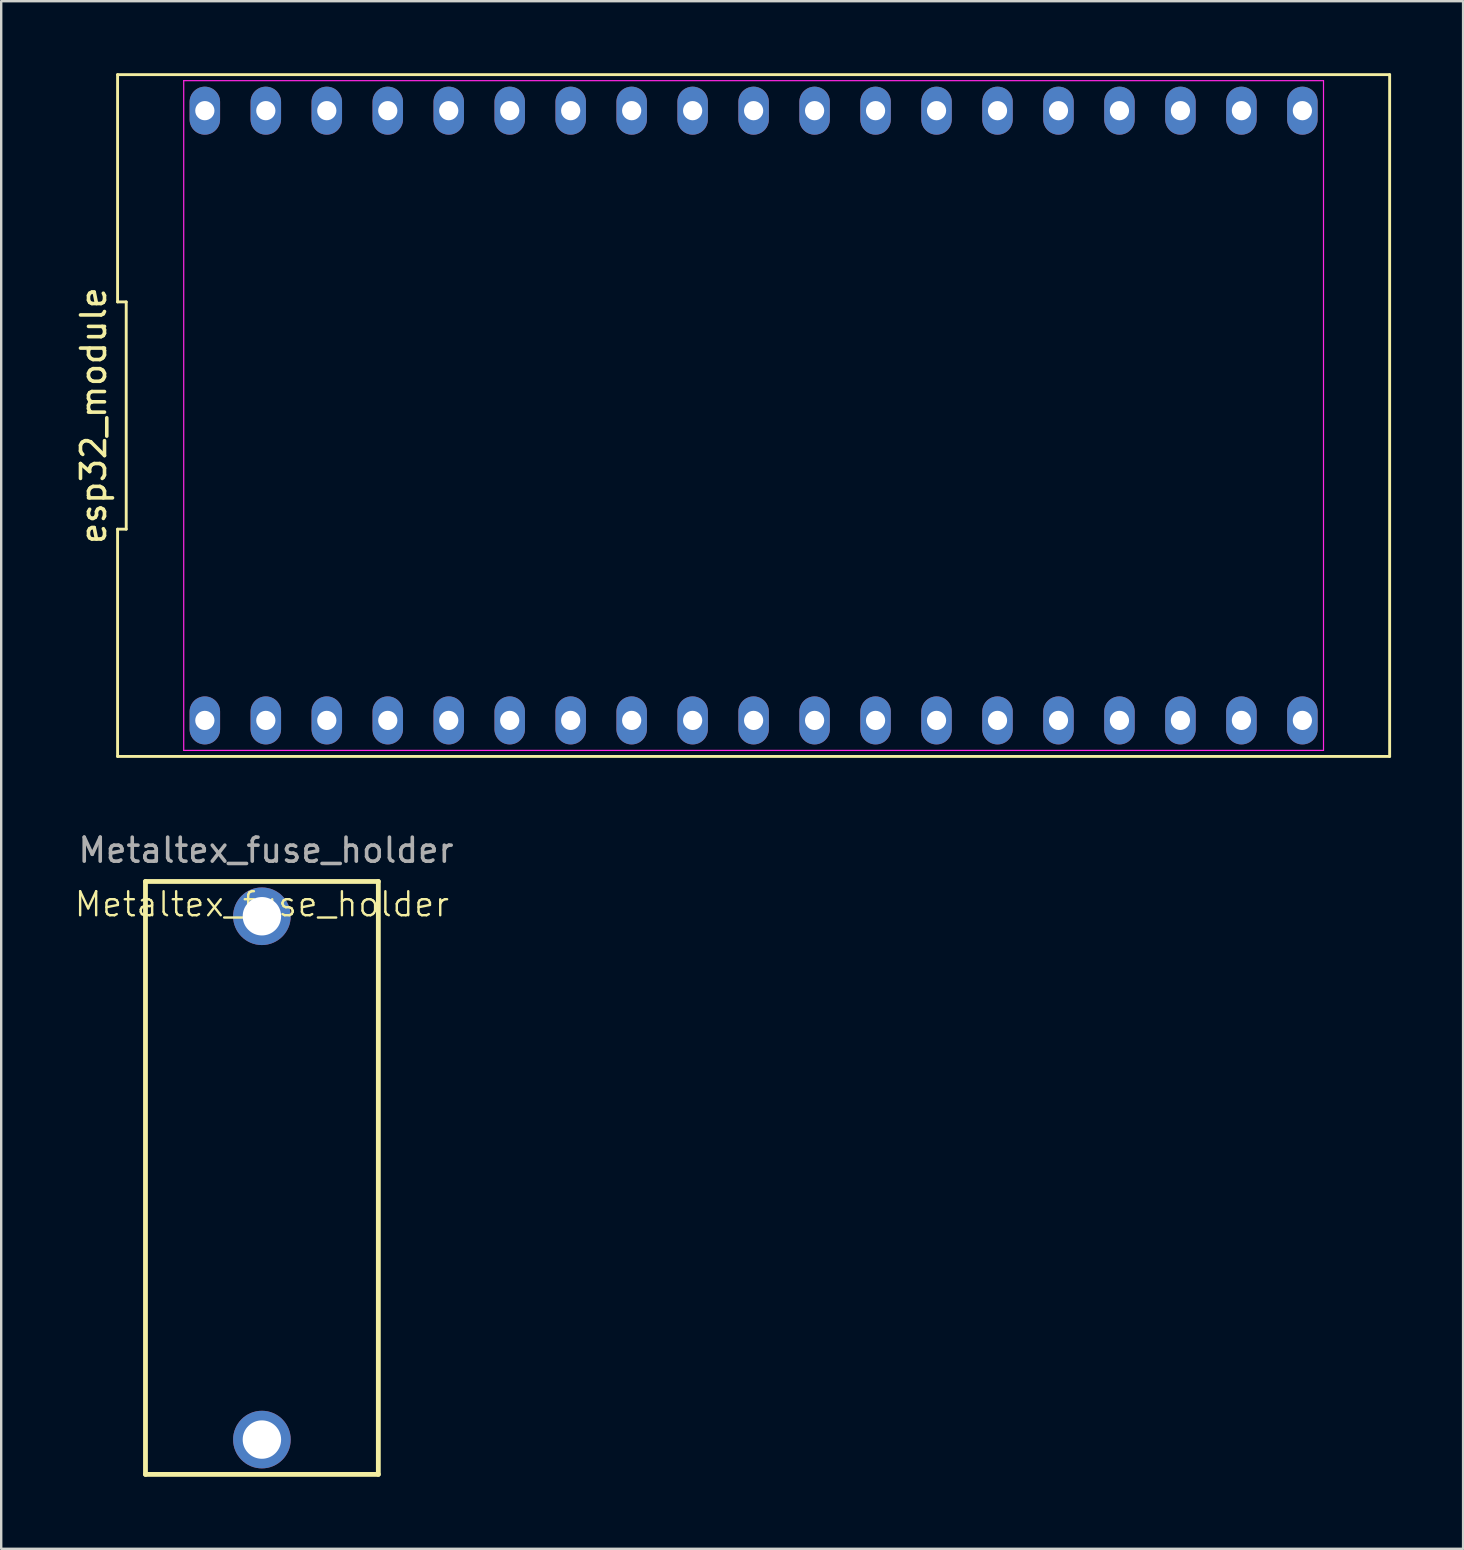
<source format=kicad_pcb>
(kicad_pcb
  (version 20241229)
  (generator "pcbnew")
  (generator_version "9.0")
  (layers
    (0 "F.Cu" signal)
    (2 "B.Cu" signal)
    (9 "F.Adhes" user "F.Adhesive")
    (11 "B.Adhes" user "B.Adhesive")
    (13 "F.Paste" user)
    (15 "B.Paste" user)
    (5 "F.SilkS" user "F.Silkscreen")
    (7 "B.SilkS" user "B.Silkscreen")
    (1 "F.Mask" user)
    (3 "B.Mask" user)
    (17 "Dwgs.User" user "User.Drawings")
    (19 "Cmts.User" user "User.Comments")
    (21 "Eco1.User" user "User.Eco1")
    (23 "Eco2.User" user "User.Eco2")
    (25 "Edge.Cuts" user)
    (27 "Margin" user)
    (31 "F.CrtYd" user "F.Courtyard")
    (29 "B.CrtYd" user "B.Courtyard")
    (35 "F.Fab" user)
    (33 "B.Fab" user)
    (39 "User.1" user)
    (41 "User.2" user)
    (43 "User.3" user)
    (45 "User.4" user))
  (footprint "Metaltex_fuse_holder"
    (layer "F.Cu")
    (at 7.86 35.118)
    (property "Reference" "Metaltex_fuse_holder" (at 0 -0.5 0) (unlocked yes) (layer "F.SilkS") (effects (font (size 1 1) (thickness 0.1))))
    (attr through_hole)
    (fp_line (start -4.85 -1.45) (end -4.85 23.25) (stroke (width 0.2) (type default)) (layer "F.SilkS"))
    (fp_line (start -4.85 -1.45) (end 4.85 -1.45) (stroke (width 0.2) (type default)) (layer "F.SilkS"))
    (fp_line (start -4.85 23.25) (end 4.85 23.25) (stroke (width 0.2) (type default)) (layer "F.SilkS"))
    (fp_line (start 4.85 -1.45) (end 4.85 23.25) (stroke (width 0.2) (type default)) (layer "F.SilkS"))
    (fp_text user "${REFERENCE}" (at 0.17 -2.75 0) (unlocked yes) (layer "F.Fab") (effects (font (size 1 1) (thickness 0.15))))
    (pad "1" thru_hole circle (at 0 0) (size 2.4 2.4) (drill 1.6) (layers "*.Cu" "*.Mask"))
    (pad "2" thru_hole circle (at 0 21.8) (size 2.4 2.4) (drill 1.6) (layers "*.Cu" "*.Mask")))
  (footprint "esp32_module"
    (layer "F.Cu")
    (at 28.343 14.26)
    (property "Reference" "esp32_module" (at -27.495 0 90) (layer "F.SilkS") (effects (font (size 1 1) (thickness 0.15))))
    (fp_line (start -26.495 -14.2) (end -26.495 -4.733) (stroke (width 0.12) (type default)) (layer "F.SilkS"))
    (fp_line (start -26.495 -4.733) (end -26.135 -4.733) (stroke (width 0.12) (type default)) (layer "F.SilkS"))
    (fp_line (start -26.495 4.733) (end -26.495 14.2) (stroke (width 0.12) (type default)) (layer "F.SilkS"))
    (fp_line (start -26.495 14.2) (end 26.495 14.2) (stroke (width 0.12) (type default)) (layer "F.SilkS"))
    (fp_line (start -26.135 -4.733) (end -26.135 4.733) (stroke (width 0.12) (type default)) (layer "F.SilkS"))
    (fp_line (start -26.135 4.733) (end -26.495 4.733) (stroke (width 0.12) (type default)) (layer "F.SilkS"))
    (fp_line (start 26.495 -14.2) (end -26.495 -14.2) (stroke (width 0.12) (type default)) (layer "F.SilkS"))
    (fp_line (start 26.495 14.2) (end 26.495 -14.2) (stroke (width 0.12) (type default)) (layer "F.SilkS"))
    (fp_line (start -23.74 -13.95) (end 23.74 -13.95) (stroke (width 0.05) (type default)) (layer "F.CrtYd"))
    (fp_line (start -23.74 13.95) (end -23.74 -13.95) (stroke (width 0.05) (type default)) (layer "F.CrtYd"))
    (fp_line (start 23.74 -13.95) (end 23.74 13.95) (stroke (width 0.05) (type default)) (layer "F.CrtYd"))
    (fp_line (start 23.74 13.95) (end -23.74 13.95) (stroke (width 0.05) (type default)) (layer "F.CrtYd"))
    (pad "1" thru_hole oval (at -22.86 12.7) (size 1.27 2) (drill 0.8) (layers "*.Cu" "*.Mask"))
    (pad "2" thru_hole oval (at -20.32 12.7) (size 1.27 2) (drill 0.8) (layers "*.Cu" "*.Mask"))
    (pad "3" thru_hole oval (at -17.78 12.7) (size 1.27 2) (drill 0.8) (layers "*.Cu" "*.Mask"))
    (pad "4" thru_hole oval (at -15.24 12.7) (size 1.27 2) (drill 0.8) (layers "*.Cu" "*.Mask"))
    (pad "5" thru_hole oval (at -12.7 12.7) (size 1.27 2) (drill 0.8) (layers "*.Cu" "*.Mask"))
    (pad "6" thru_hole oval (at -10.16 12.7) (size 1.27 2) (drill 0.8) (layers "*.Cu" "*.Mask"))
    (pad "7" thru_hole oval (at -7.62 12.7) (size 1.27 2) (drill 0.8) (layers "*.Cu" "*.Mask"))
    (pad "8" thru_hole oval (at -5.08 12.7) (size 1.27 2) (drill 0.8) (layers "*.Cu" "*.Mask"))
    (pad "9" thru_hole oval (at -2.54 12.7) (size 1.27 2) (drill 0.8) (layers "*.Cu" "*.Mask"))
    (pad "10" thru_hole oval (at 0 12.7) (size 1.27 2) (drill 0.8) (layers "*.Cu" "*.Mask"))
    (pad "11" thru_hole oval (at 2.54 12.7) (size 1.27 2) (drill 0.8) (layers "*.Cu" "*.Mask"))
    (pad "12" thru_hole oval (at 5.08 12.7) (size 1.27 2) (drill 0.8) (layers "*.Cu" "*.Mask"))
    (pad "13" thru_hole oval (at 7.62 12.7) (size 1.27 2) (drill 0.8) (layers "*.Cu" "*.Mask"))
    (pad "14" thru_hole oval (at 10.16 12.7) (size 1.27 2) (drill 0.8) (layers "*.Cu" "*.Mask"))
    (pad "15" thru_hole oval (at 12.7 12.7) (size 1.27 2) (drill 0.8) (layers "*.Cu" "*.Mask"))
    (pad "16" thru_hole oval (at 15.24 12.7) (size 1.27 2) (drill 0.8) (layers "*.Cu" "*.Mask"))
    (pad "17" thru_hole oval (at 17.78 12.7) (size 1.27 2) (drill 0.8) (layers "*.Cu" "*.Mask"))
    (pad "18" thru_hole oval (at 20.32 12.7) (size 1.27 2) (drill 0.8) (layers "*.Cu" "*.Mask"))
    (pad "19" thru_hole oval (at 22.86 12.7) (size 1.27 2) (drill 0.8) (layers "*.Cu" "*.Mask"))
    (pad "20" thru_hole oval (at 22.86 -12.7) (size 1.27 2) (drill 0.8) (layers "*.Cu" "*.Mask"))
    (pad "21" thru_hole oval (at 20.32 -12.7) (size 1.27 2) (drill 0.8) (layers "*.Cu" "*.Mask"))
    (pad "22" thru_hole oval (at 17.78 -12.7) (size 1.27 2) (drill 0.8) (layers "*.Cu" "*.Mask"))
    (pad "23" thru_hole oval (at 15.24 -12.7) (size 1.27 2) (drill 0.8) (layers "*.Cu" "*.Mask"))
    (pad "24" thru_hole oval (at 12.7 -12.7) (size 1.27 2) (drill 0.8) (layers "*.Cu" "*.Mask"))
    (pad "25" thru_hole oval (at 10.16 -12.7) (size 1.27 2) (drill 0.8) (layers "*.Cu" "*.Mask"))
    (pad "26" thru_hole oval (at 7.62 -12.7) (size 1.27 2) (drill 0.8) (layers "*.Cu" "*.Mask"))
    (pad "27" thru_hole oval (at 5.08 -12.7) (size 1.27 2) (drill 0.8) (layers "*.Cu" "*.Mask"))
    (pad "28" thru_hole oval (at 2.54 -12.7) (size 1.27 2) (drill 0.8) (layers "*.Cu" "*.Mask"))
    (pad "29" thru_hole oval (at 0 -12.7) (size 1.27 2) (drill 0.8) (layers "*.Cu" "*.Mask"))
    (pad "30" thru_hole oval (at -2.54 -12.7) (size 1.27 2) (drill 0.8) (layers "*.Cu" "*.Mask"))
    (pad "31" thru_hole oval (at -5.08 -12.7) (size 1.27 2) (drill 0.8) (layers "*.Cu" "*.Mask"))
    (pad "32" thru_hole oval (at -7.62 -12.7) (size 1.27 2) (drill 0.8) (layers "*.Cu" "*.Mask"))
    (pad "33" thru_hole oval (at -10.16 -12.7) (size 1.27 2) (drill 0.8) (layers "*.Cu" "*.Mask"))
    (pad "34" thru_hole oval (at -12.7 -12.7) (size 1.27 2) (drill 0.8) (layers "*.Cu" "*.Mask"))
    (pad "35" thru_hole oval (at -15.24 -12.7) (size 1.27 2) (drill 0.8) (layers "*.Cu" "*.Mask"))
    (pad "36" thru_hole oval (at -17.78 -12.7) (size 1.27 2) (drill 0.8) (layers "*.Cu" "*.Mask"))
    (pad "37" thru_hole oval (at -20.32 -12.7) (size 1.27 2) (drill 0.8) (layers "*.Cu" "*.Mask"))
    (pad "38" thru_hole oval (at -22.86 -12.7) (size 1.27 2) (drill 0.8) (layers "*.Cu" "*.Mask")))
  (gr_rect
    (start -3 -3)
    (end 57.898 61.468)
    (stroke (width 0.1) (type default))
    (fill no)
    (layer "Edge.Cuts")))
</source>
